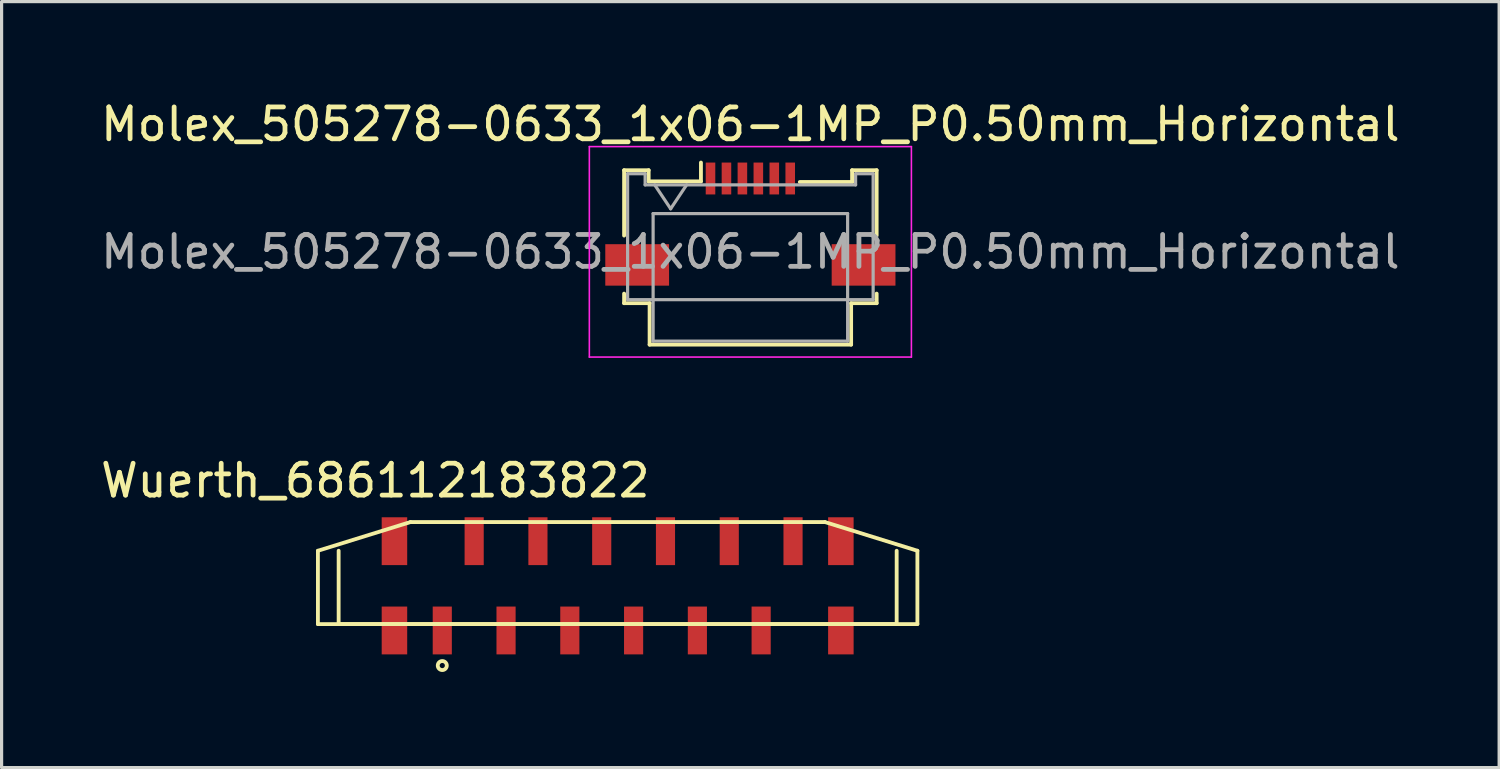
<source format=kicad_pcb>
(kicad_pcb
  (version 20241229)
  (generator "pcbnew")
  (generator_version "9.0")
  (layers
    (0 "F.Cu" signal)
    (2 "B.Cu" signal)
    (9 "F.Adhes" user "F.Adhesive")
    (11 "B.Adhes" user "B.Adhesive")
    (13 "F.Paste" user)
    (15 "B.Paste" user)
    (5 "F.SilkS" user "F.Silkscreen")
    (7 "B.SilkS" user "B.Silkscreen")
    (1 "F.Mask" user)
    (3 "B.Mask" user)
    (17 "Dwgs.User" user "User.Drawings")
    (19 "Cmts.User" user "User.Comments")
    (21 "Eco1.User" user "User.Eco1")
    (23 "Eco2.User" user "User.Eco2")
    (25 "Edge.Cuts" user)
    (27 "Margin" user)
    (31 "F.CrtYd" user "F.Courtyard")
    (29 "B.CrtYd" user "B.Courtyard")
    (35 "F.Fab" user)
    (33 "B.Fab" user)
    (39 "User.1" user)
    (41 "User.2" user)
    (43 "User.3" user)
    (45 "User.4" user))
  (footprint "Wuerth_686112183822"
    (layer "F.Cu")
    (at 16.32 15.322)
    (property "Reference" "Wuerth_686112183822" (at -7.6 -3.3 0) (unlocked yes) (layer "F.SilkS") (effects (font (size 1 1) (thickness 0.15))))
    (attr smd)
    (fp_line (start -9.4 -1.1) (end -9.4 1.2) (stroke (width 0.12) (type solid)) (layer "F.SilkS"))
    (fp_line (start -9.4 1.2) (end 9.4 1.2) (stroke (width 0.12) (type solid)) (layer "F.SilkS"))
    (fp_line (start -8.75 -1.1) (end -8.75 1.2) (stroke (width 0.12) (type solid)) (layer "F.SilkS"))
    (fp_line (start -8.75 1.2) (end 8.75 1.2) (stroke (width 0.12) (type solid)) (layer "F.SilkS"))
    (fp_line (start -6.5 -2) (end -9.4 -1.1) (stroke (width 0.12) (type solid)) (layer "F.SilkS"))
    (fp_line (start -6.5 -2) (end 6.5 -2) (stroke (width 0.12) (type solid)) (layer "F.SilkS"))
    (fp_line (start 6.5 -2) (end 9.4 -1.1) (stroke (width 0.12) (type solid)) (layer "F.SilkS"))
    (fp_line (start 8.75 -1.1) (end 8.75 1.2) (stroke (width 0.12) (type solid)) (layer "F.SilkS"))
    (fp_line (start 9.4 -1.1) (end 9.4 1.2) (stroke (width 0.12) (type solid)) (layer "F.SilkS"))
    (fp_circle (center -5.5 2.5) (end -5.4 2.4) (stroke (width 0.12) (type solid)) (fill no) (layer "F.SilkS"))
    (pad "1" smd rect (at -5.5 1.4) (size 0.6 1.5) (layers "F.Cu" "F.Mask" "F.Paste"))
    (pad "2" smd rect (at -4.5 -1.4) (size 0.6 1.5) (layers "F.Cu" "F.Mask" "F.Paste"))
    (pad "3" smd rect (at -3.5 1.4) (size 0.6 1.5) (layers "F.Cu" "F.Mask" "F.Paste"))
    (pad "4" smd rect (at -2.5 -1.4) (size 0.6 1.5) (layers "F.Cu" "F.Mask" "F.Paste"))
    (pad "5" smd rect (at -1.5 1.4) (size 0.6 1.5) (layers "F.Cu" "F.Mask" "F.Paste"))
    (pad "6" smd rect (at -0.5 -1.4) (size 0.6 1.5) (layers "F.Cu" "F.Mask" "F.Paste"))
    (pad "7" smd rect (at 0.5 1.4) (size 0.6 1.5) (layers "F.Cu" "F.Mask" "F.Paste"))
    (pad "8" smd rect (at 1.5 -1.4) (size 0.6 1.5) (layers "F.Cu" "F.Mask" "F.Paste"))
    (pad "9" smd rect (at 2.5 1.4) (size 0.6 1.5) (layers "F.Cu" "F.Mask" "F.Paste"))
    (pad "10" smd rect (at 3.5 -1.4) (size 0.6 1.5) (layers "F.Cu" "F.Mask" "F.Paste"))
    (pad "11" smd rect (at 4.5 1.4) (size 0.6 1.5) (layers "F.Cu" "F.Mask" "F.Paste"))
    (pad "12" smd rect (at 5.5 -1.4) (size 0.6 1.5) (layers "F.Cu" "F.Mask" "F.Paste"))
    (pad "MP" smd rect (at -7 -1.4) (size 0.8 1.5) (layers "F.Cu" "F.Mask" "F.Paste"))
    (pad "MP" smd rect (at -7 1.4) (size 0.8 1.5) (layers "F.Cu" "F.Mask" "F.Paste"))
    (pad "MP" smd rect (at 7 -1.4) (size 0.8 1.5) (layers "F.Cu" "F.Mask" "F.Paste"))
    (pad "MP" smd rect (at 7 1.4) (size 0.8 1.5) (layers "F.Cu" "F.Mask" "F.Paste")))
  (footprint "Molex_505278-0633_1x06-1MP_P0.50mm_Horizontal"
    (layer "F.Cu")
    (at 20.482 3.458)
    (property "Reference" "Molex_505278-0633_1x06-1MP_P0.50mm_Horizontal" (at 0 -2.61 0) (layer "F.SilkS") (effects (font (size 1 1) (thickness 0.15))))
    (attr smd)
    (fp_line (start -3.96 -1.17) (end -3.96 0.88) (stroke (width 0.12) (type solid)) (layer "F.SilkS"))
    (fp_line (start -3.96 2.7) (end -3.96 3) (stroke (width 0.12) (type solid)) (layer "F.SilkS"))
    (fp_line (start -3.96 3) (end -3.16 3) (stroke (width 0.12) (type solid)) (layer "F.SilkS"))
    (fp_line (start -3.19 -1.17) (end -3.96 -1.17) (stroke (width 0.12) (type solid)) (layer "F.SilkS"))
    (fp_line (start -3.19 -0.82) (end -3.19 -1.17) (stroke (width 0.12) (type solid)) (layer "F.SilkS"))
    (fp_line (start -3.16 3) (end -3.16 4.3) (stroke (width 0.12) (type solid)) (layer "F.SilkS"))
    (fp_line (start -3.16 4.3) (end 3.16 4.3) (stroke (width 0.12) (type solid)) (layer "F.SilkS"))
    (fp_line (start -1.55 -1.41) (end -1.55 -0.82) (stroke (width 0.12) (type solid)) (layer "F.SilkS"))
    (fp_line (start -1.55 -0.82) (end -3.19 -0.82) (stroke (width 0.12) (type solid)) (layer "F.SilkS"))
    (fp_line (start 3.16 3) (end 3.96 3) (stroke (width 0.12) (type solid)) (layer "F.SilkS"))
    (fp_line (start 3.16 4.3) (end 3.16 3) (stroke (width 0.12) (type solid)) (layer "F.SilkS"))
    (fp_line (start 3.19 -1.17) (end 3.19 -0.82) (stroke (width 0.12) (type solid)) (layer "F.SilkS"))
    (fp_line (start 3.2 -0.8) (end 1.55 -0.8) (stroke (width 0.12) (type solid)) (layer "F.SilkS"))
    (fp_line (start 3.96 -1.17) (end 3.19 -1.17) (stroke (width 0.12) (type solid)) (layer "F.SilkS"))
    (fp_line (start 3.96 0.88) (end 3.96 -1.17) (stroke (width 0.12) (type solid)) (layer "F.SilkS"))
    (fp_line (start 3.96 3) (end 3.96 2.7) (stroke (width 0.12) (type solid)) (layer "F.SilkS"))
    (fp_line (start -5.05 -1.91) (end -5.05 4.69) (stroke (width 0.05) (type solid)) (layer "F.CrtYd"))
    (fp_line (start -5.05 4.69) (end 5.05 4.69) (stroke (width 0.05) (type solid)) (layer "F.CrtYd"))
    (fp_line (start 5.05 -1.91) (end -5.05 -1.91) (stroke (width 0.05) (type solid)) (layer "F.CrtYd"))
    (fp_line (start 5.05 4.69) (end 5.05 -1.91) (stroke (width 0.05) (type solid)) (layer "F.CrtYd"))
    (fp_line (start -3.85 -1.06) (end -3.85 2.89) (stroke (width 0.1) (type solid)) (layer "F.Fab"))
    (fp_line (start -3.85 2.89) (end 3.85 2.89) (stroke (width 0.1) (type solid)) (layer "F.Fab"))
    (fp_line (start -3.3 -1.06) (end -3.85 -1.06) (stroke (width 0.1) (type solid)) (layer "F.Fab"))
    (fp_line (start -3.3 -0.71) (end -3.3 -1.06) (stroke (width 0.1) (type solid)) (layer "F.Fab"))
    (fp_line (start -3.05 0.19) (end -3.05 4.19) (stroke (width 0.1) (type solid)) (layer "F.Fab"))
    (fp_line (start -3.05 4.19) (end 3.05 4.19) (stroke (width 0.1) (type solid)) (layer "F.Fab"))
    (fp_line (start -3 -0.71) (end -2.5 0.04) (stroke (width 0.1) (type solid)) (layer "F.Fab"))
    (fp_line (start -2.5 0.04) (end -2 -0.71) (stroke (width 0.1) (type solid)) (layer "F.Fab"))
    (fp_line (start 3.05 0.19) (end -3.05 0.19) (stroke (width 0.1) (type solid)) (layer "F.Fab"))
    (fp_line (start 3.05 4.19) (end 3.05 0.19) (stroke (width 0.1) (type solid)) (layer "F.Fab"))
    (fp_line (start 3.3 -1.06) (end 3.3 -0.71) (stroke (width 0.1) (type solid)) (layer "F.Fab"))
    (fp_line (start 3.3 -0.71) (end -3.3 -0.71) (stroke (width 0.1) (type solid)) (layer "F.Fab"))
    (fp_line (start 3.85 -1.06) (end 3.3 -1.06) (stroke (width 0.1) (type solid)) (layer "F.Fab"))
    (fp_line (start 3.85 2.89) (end 3.85 -1.06) (stroke (width 0.1) (type solid)) (layer "F.Fab"))
    (fp_text user "${REFERENCE}" (at 0 1.39 0) (layer "F.Fab") (effects (font (size 1 1) (thickness 0.15))))
    (pad "1" smd rect (at -1.25 -0.91) (size 0.3 1) (layers "F.Cu" "F.Mask" "F.Paste"))
    (pad "2" smd rect (at -0.75 -0.91) (size 0.3 1) (layers "F.Cu" "F.Mask" "F.Paste"))
    (pad "3" smd rect (at -0.25 -0.91) (size 0.3 1) (layers "F.Cu" "F.Mask" "F.Paste"))
    (pad "4" smd rect (at 0.25 -0.91) (size 0.3 1) (layers "F.Cu" "F.Mask" "F.Paste"))
    (pad "5" smd rect (at 0.75 -0.91) (size 0.3 1) (layers "F.Cu" "F.Mask" "F.Paste"))
    (pad "6" smd rect (at 1.25 -0.91) (size 0.3 1) (layers "F.Cu" "F.Mask" "F.Paste"))
    (pad "MP" smd rect (at -3.55 1.8) (size 2 1.3) (layers "F.Cu" "F.Mask" "F.Paste"))
    (pad "MP" smd rect (at 3.55 1.8) (size 2 1.3) (layers "F.Cu" "F.Mask" "F.Paste")))
  (gr_rect
    (start -3 -3)
    (end 43.964 21.023)
    (stroke (width 0.1) (type default))
    (fill no)
    (layer "Edge.Cuts")))
</source>
